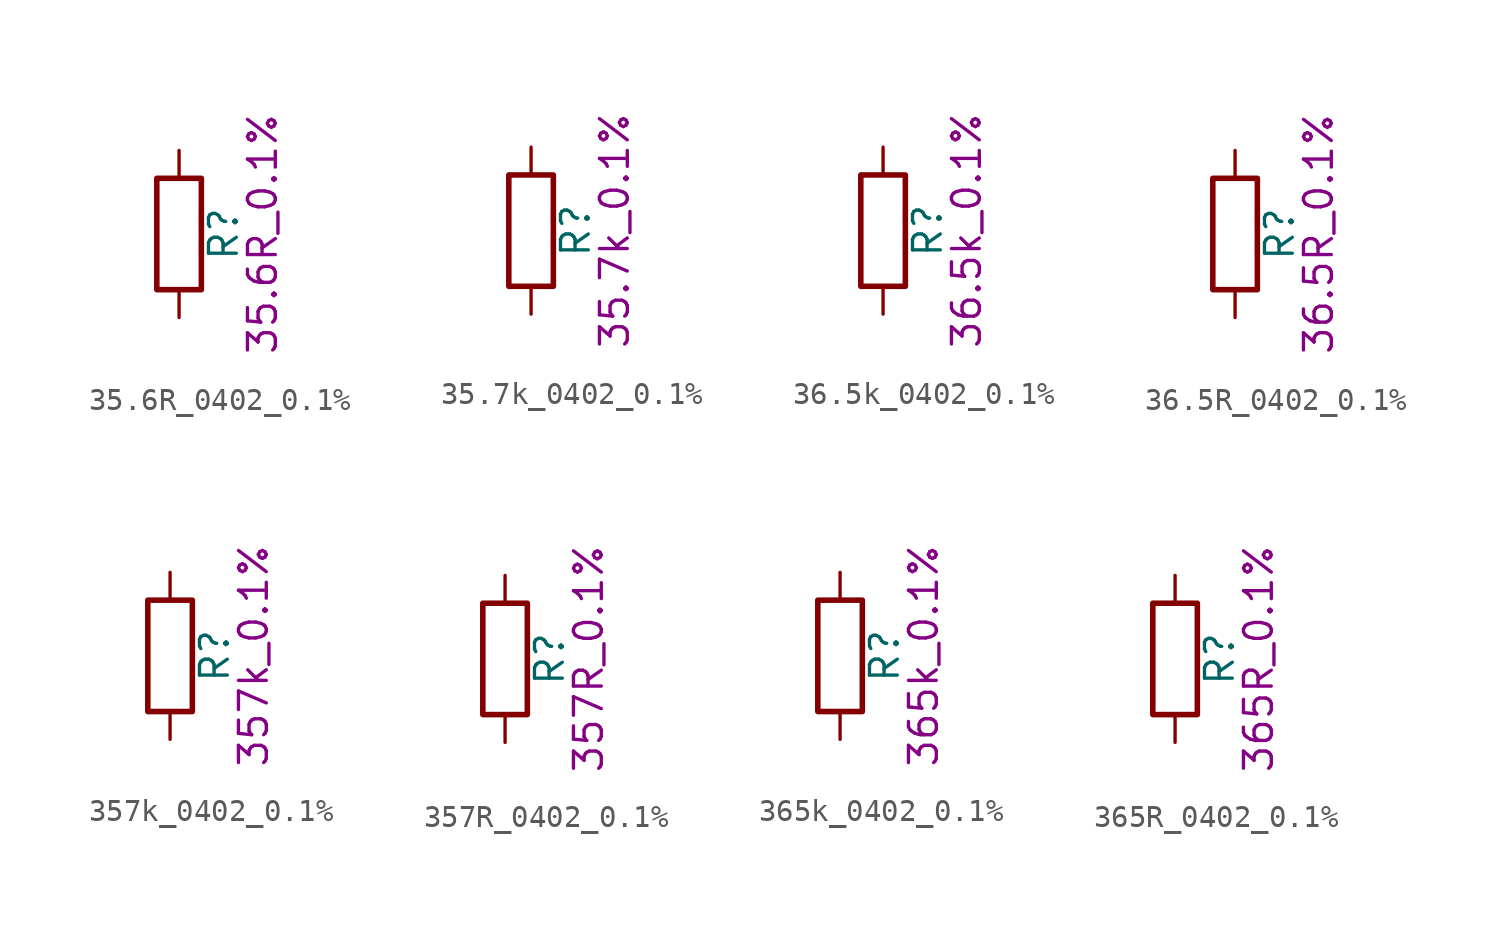
<source format=kicad_sym>
(kicad_symbol_lib
  (version 20211014)
  (generator kicad_symbol_editor)
  (symbol "35.6R_0402_0.1%"
    (pin_numbers hide)
    (pin_names
      (offset 0))
    (property "Reference" "R"
      (at 2.032 0 90)
      (effects (font (size 1.27 1.27))))
    (property "Display" "35.6R_0.1%"
      (at 3.81 0 90)
      (effects (font (size 1.27 1.27))))
    (symbol "35.6R_0402_0.1%_0_1"
      (rectangle (start -1.016 -2.54) (end 1.016 2.54) (stroke (width 0.254) (type default) (color 0 0 0 0)) (fill (type none))))
    (symbol "35.6R_0402_0.1%_1_1"
      (pin passive line (at 0 3.81 270) (length 1.27) (name "~" (effects (font (size 1.27 1.27)))) (number "1" (effects (font (size 1.27 1.27)))))
      (pin passive line (at 0 -3.81 90) (length 1.27) (name "~" (effects (font (size 1.27 1.27)))) (number "2" (effects (font (size 1.27 1.27)))))))
  (symbol "35.7k_0402_0.1%"
    (pin_numbers hide)
    (pin_names
      (offset 0))
    (property "Reference" "R"
      (at 2.032 0 90)
      (effects (font (size 1.27 1.27))))
    (property "Display" "35.7k_0.1%"
      (at 3.81 0 90)
      (effects (font (size 1.27 1.27))))
    (symbol "35.7k_0402_0.1%_0_1"
      (rectangle (start -1.016 -2.54) (end 1.016 2.54) (stroke (width 0.254) (type default) (color 0 0 0 0)) (fill (type none))))
    (symbol "35.7k_0402_0.1%_1_1"
      (pin passive line (at 0 3.81 270) (length 1.27) (name "~" (effects (font (size 1.27 1.27)))) (number "1" (effects (font (size 1.27 1.27)))))
      (pin passive line (at 0 -3.81 90) (length 1.27) (name "~" (effects (font (size 1.27 1.27)))) (number "2" (effects (font (size 1.27 1.27)))))))
  (symbol "36.5k_0402_0.1%"
    (pin_numbers hide)
    (pin_names
      (offset 0))
    (property "Reference" "R"
      (at 2.032 0 90)
      (effects (font (size 1.27 1.27))))
    (property "Display" "36.5k_0.1%"
      (at 3.81 0 90)
      (effects (font (size 1.27 1.27))))
    (symbol "36.5k_0402_0.1%_0_1"
      (rectangle (start -1.016 -2.54) (end 1.016 2.54) (stroke (width 0.254) (type default) (color 0 0 0 0)) (fill (type none))))
    (symbol "36.5k_0402_0.1%_1_1"
      (pin passive line (at 0 3.81 270) (length 1.27) (name "~" (effects (font (size 1.27 1.27)))) (number "1" (effects (font (size 1.27 1.27)))))
      (pin passive line (at 0 -3.81 90) (length 1.27) (name "~" (effects (font (size 1.27 1.27)))) (number "2" (effects (font (size 1.27 1.27)))))))
  (symbol "36.5R_0402_0.1%"
    (pin_numbers hide)
    (pin_names
      (offset 0))
    (property "Reference" "R"
      (at 2.032 0 90)
      (effects (font (size 1.27 1.27))))
    (property "Display" "36.5R_0.1%"
      (at 3.81 0 90)
      (effects (font (size 1.27 1.27))))
    (symbol "36.5R_0402_0.1%_0_1"
      (rectangle (start -1.016 -2.54) (end 1.016 2.54) (stroke (width 0.254) (type default) (color 0 0 0 0)) (fill (type none))))
    (symbol "36.5R_0402_0.1%_1_1"
      (pin passive line (at 0 3.81 270) (length 1.27) (name "~" (effects (font (size 1.27 1.27)))) (number "1" (effects (font (size 1.27 1.27)))))
      (pin passive line (at 0 -3.81 90) (length 1.27) (name "~" (effects (font (size 1.27 1.27)))) (number "2" (effects (font (size 1.27 1.27)))))))
  (symbol "357k_0402_0.1%"
    (pin_numbers hide)
    (pin_names
      (offset 0))
    (property "Reference" "R"
      (at 2.032 0 90)
      (effects (font (size 1.27 1.27))))
    (property "Display" "357k_0.1%"
      (at 3.81 0 90)
      (effects (font (size 1.27 1.27))))
    (symbol "357k_0402_0.1%_0_1"
      (rectangle (start -1.016 -2.54) (end 1.016 2.54) (stroke (width 0.254) (type default) (color 0 0 0 0)) (fill (type none))))
    (symbol "357k_0402_0.1%_1_1"
      (pin passive line (at 0 3.81 270) (length 1.27) (name "~" (effects (font (size 1.27 1.27)))) (number "1" (effects (font (size 1.27 1.27)))))
      (pin passive line (at 0 -3.81 90) (length 1.27) (name "~" (effects (font (size 1.27 1.27)))) (number "2" (effects (font (size 1.27 1.27)))))))
  (symbol "357R_0402_0.1%"
    (pin_numbers hide)
    (pin_names
      (offset 0))
    (property "Reference" "R"
      (at 2.032 0 90)
      (effects (font (size 1.27 1.27))))
    (property "Display" "357R_0.1%"
      (at 3.81 0 90)
      (effects (font (size 1.27 1.27))))
    (symbol "357R_0402_0.1%_0_1"
      (rectangle (start -1.016 -2.54) (end 1.016 2.54) (stroke (width 0.254) (type default) (color 0 0 0 0)) (fill (type none))))
    (symbol "357R_0402_0.1%_1_1"
      (pin passive line (at 0 3.81 270) (length 1.27) (name "~" (effects (font (size 1.27 1.27)))) (number "1" (effects (font (size 1.27 1.27)))))
      (pin passive line (at 0 -3.81 90) (length 1.27) (name "~" (effects (font (size 1.27 1.27)))) (number "2" (effects (font (size 1.27 1.27)))))))
  (symbol "365k_0402_0.1%"
    (pin_numbers hide)
    (pin_names
      (offset 0))
    (property "Reference" "R"
      (at 2.032 0 90)
      (effects (font (size 1.27 1.27))))
    (property "Display" "365k_0.1%"
      (at 3.81 0 90)
      (effects (font (size 1.27 1.27))))
    (symbol "365k_0402_0.1%_0_1"
      (rectangle (start -1.016 -2.54) (end 1.016 2.54) (stroke (width 0.254) (type default) (color 0 0 0 0)) (fill (type none))))
    (symbol "365k_0402_0.1%_1_1"
      (pin passive line (at 0 3.81 270) (length 1.27) (name "~" (effects (font (size 1.27 1.27)))) (number "1" (effects (font (size 1.27 1.27)))))
      (pin passive line (at 0 -3.81 90) (length 1.27) (name "~" (effects (font (size 1.27 1.27)))) (number "2" (effects (font (size 1.27 1.27)))))))
  (symbol "365R_0402_0.1%"
    (pin_numbers hide)
    (pin_names
      (offset 0))
    (property "Reference" "R"
      (at 2.032 0 90)
      (effects (font (size 1.27 1.27))))
    (property "Display" "365R_0.1%"
      (at 3.81 0 90)
      (effects (font (size 1.27 1.27))))
    (symbol "365R_0402_0.1%_0_1"
      (rectangle (start -1.016 -2.54) (end 1.016 2.54) (stroke (width 0.254) (type default) (color 0 0 0 0)) (fill (type none))))
    (symbol "365R_0402_0.1%_1_1"
      (pin passive line (at 0 3.81 270) (length 1.27) (name "~" (effects (font (size 1.27 1.27)))) (number "1" (effects (font (size 1.27 1.27)))))
      (pin passive line (at 0 -3.81 90) (length 1.27) (name "~" (effects (font (size 1.27 1.27)))) (number "2" (effects (font (size 1.27 1.27))))))))
</source>
